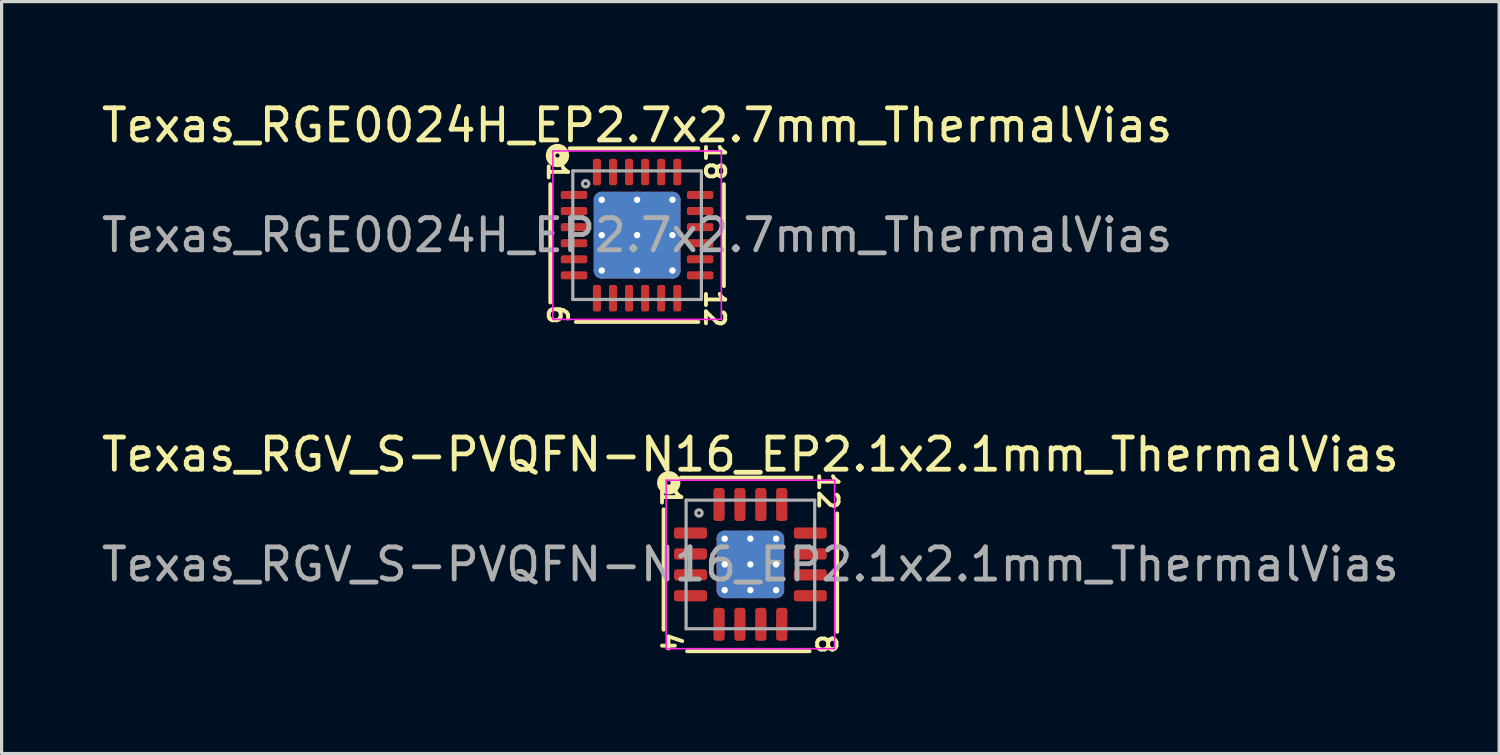
<source format=kicad_pcb>
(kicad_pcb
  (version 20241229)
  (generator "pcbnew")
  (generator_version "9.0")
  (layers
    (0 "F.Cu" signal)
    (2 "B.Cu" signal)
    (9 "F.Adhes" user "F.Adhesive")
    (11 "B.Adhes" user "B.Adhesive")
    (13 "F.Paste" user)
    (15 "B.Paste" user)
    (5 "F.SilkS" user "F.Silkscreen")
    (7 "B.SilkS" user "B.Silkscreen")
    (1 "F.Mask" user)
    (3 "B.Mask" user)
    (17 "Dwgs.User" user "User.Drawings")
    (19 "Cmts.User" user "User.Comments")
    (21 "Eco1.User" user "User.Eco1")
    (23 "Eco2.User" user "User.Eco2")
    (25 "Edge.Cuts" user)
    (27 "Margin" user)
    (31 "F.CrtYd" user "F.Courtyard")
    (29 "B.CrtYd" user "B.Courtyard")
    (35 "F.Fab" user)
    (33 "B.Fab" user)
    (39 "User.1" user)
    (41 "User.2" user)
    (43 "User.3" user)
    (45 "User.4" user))
  (footprint "Texas_RGE0024H_EP2.7x2.7mm_ThermalVias"
    (layer "F.Cu")
    (at 16.768 4.265)
    (property "Reference" "Texas_RGE0024H_EP2.7x2.7mm_ThermalVias" (at 0 -3.417 0) (layer "F.SilkS") (effects (font (size 1 1) (thickness 0.15))))
    (attr smd)
    (fp_line (start -2.7 -1.587) (end -2.7 2.095) (stroke (width 0.12) (type solid)) (layer "F.SilkS"))
    (fp_line (start -1.905 2.7) (end 1.905 2.7) (stroke (width 0.12) (type solid)) (layer "F.SilkS"))
    (fp_line (start 1.905 -2.7) (end -2.095 -2.7) (stroke (width 0.12) (type solid)) (layer "F.SilkS"))
    (fp_line (start 2.7 1.587) (end 2.7 -1.587) (stroke (width 0.12) (type solid)) (layer "F.SilkS"))
    (fp_circle (center -2.477 -2.477) (end -2.413 -2.477) (stroke (width 0.3) (type solid)) (fill no) (layer "F.SilkS"))
    (fp_line (start -2.62 -2.62) (end -2.62 2.62) (stroke (width 0.05) (type solid)) (layer "F.CrtYd"))
    (fp_line (start -2.62 2.62) (end 2.62 2.62) (stroke (width 0.05) (type solid)) (layer "F.CrtYd"))
    (fp_line (start 2.62 -2.62) (end -2.62 -2.62) (stroke (width 0.05) (type solid)) (layer "F.CrtYd"))
    (fp_line (start 2.62 2.62) (end 2.62 -2.62) (stroke (width 0.05) (type solid)) (layer "F.CrtYd"))
    (fp_line (start -2 -2) (end 2 -2) (stroke (width 0.1) (type solid)) (layer "F.Fab"))
    (fp_line (start -2 2) (end -2 -2) (stroke (width 0.1) (type solid)) (layer "F.Fab"))
    (fp_line (start 2 -2) (end 2 2) (stroke (width 0.1) (type solid)) (layer "F.Fab"))
    (fp_line (start 2 2) (end -2 2) (stroke (width 0.1) (type solid)) (layer "F.Fab"))
    (fp_circle (center -1.6 -1.6) (end -1.5 -1.6) (stroke (width 0.1) (type solid)) (fill no) (layer "F.Fab"))
    (fp_text user "6" (at -2.477 2.477 270) (unlocked yes) (layer "F.SilkS") (effects (font (size 0.6 0.6) (thickness 0.12))))
    (fp_text user "18" (at 2.413 -2.286 270) (unlocked yes) (layer "F.SilkS") (effects (font (size 0.6 0.6) (thickness 0.12))))
    (fp_text user "12" (at 2.413 2.286 270) (unlocked yes) (layer "F.SilkS") (effects (font (size 0.6 0.6) (thickness 0.12))))
    (fp_text user "1" (at -2.477 -1.968 270) (unlocked yes) (layer "F.SilkS") (effects (font (size 0.6 0.6) (thickness 0.12))))
    (fp_text user "${REFERENCE}" (at 0 0 0) (layer "F.Fab") (effects (font (size 1 1) (thickness 0.15))))
    (pad "" smd roundrect (at -0.675 -0.675) (size 1.17 1.17) (layers "F.Paste") (roundrect_rratio 0.214))
    (pad "" smd roundrect (at -0.675 0.675) (size 1.17 1.17) (layers "F.Paste") (roundrect_rratio 0.214))
    (pad "" smd roundrect (at 0.675 -0.675) (size 1.17 1.17) (layers "F.Paste") (roundrect_rratio 0.214))
    (pad "" smd roundrect (at 0.675 0.675) (size 1.17 1.17) (layers "F.Paste") (roundrect_rratio 0.214))
    (pad "1" smd roundrect (at -1.962 -1.25) (size 0.825 0.25) (layers "F.Cu" "F.Mask" "F.Paste") (roundrect_rratio 0.25))
    (pad "2" smd roundrect (at -1.962 -0.75) (size 0.825 0.25) (layers "F.Cu" "F.Mask" "F.Paste") (roundrect_rratio 0.25))
    (pad "3" smd roundrect (at -1.962 -0.25) (size 0.825 0.25) (layers "F.Cu" "F.Mask" "F.Paste") (roundrect_rratio 0.25))
    (pad "4" smd roundrect (at -1.962 0.25) (size 0.825 0.25) (layers "F.Cu" "F.Mask" "F.Paste") (roundrect_rratio 0.25))
    (pad "5" smd roundrect (at -1.962 0.75) (size 0.825 0.25) (layers "F.Cu" "F.Mask" "F.Paste") (roundrect_rratio 0.25))
    (pad "6" smd roundrect (at -1.962 1.25) (size 0.825 0.25) (layers "F.Cu" "F.Mask" "F.Paste") (roundrect_rratio 0.25))
    (pad "7" smd roundrect (at -1.25 1.962) (size 0.25 0.825) (layers "F.Cu" "F.Mask" "F.Paste") (roundrect_rratio 0.25))
    (pad "8" smd roundrect (at -0.75 1.962) (size 0.25 0.825) (layers "F.Cu" "F.Mask" "F.Paste") (roundrect_rratio 0.25))
    (pad "9" smd roundrect (at -0.25 1.962) (size 0.25 0.825) (layers "F.Cu" "F.Mask" "F.Paste") (roundrect_rratio 0.25))
    (pad "10" smd roundrect (at 0.25 1.962) (size 0.25 0.825) (layers "F.Cu" "F.Mask" "F.Paste") (roundrect_rratio 0.25))
    (pad "11" smd roundrect (at 0.75 1.962) (size 0.25 0.825) (layers "F.Cu" "F.Mask" "F.Paste") (roundrect_rratio 0.25))
    (pad "12" smd roundrect (at 1.25 1.962) (size 0.25 0.825) (layers "F.Cu" "F.Mask" "F.Paste") (roundrect_rratio 0.25))
    (pad "13" smd roundrect (at 1.962 1.25) (size 0.825 0.25) (layers "F.Cu" "F.Mask" "F.Paste") (roundrect_rratio 0.25))
    (pad "14" smd roundrect (at 1.962 0.75) (size 0.825 0.25) (layers "F.Cu" "F.Mask" "F.Paste") (roundrect_rratio 0.25))
    (pad "15" smd roundrect (at 1.962 0.25) (size 0.825 0.25) (layers "F.Cu" "F.Mask" "F.Paste") (roundrect_rratio 0.25))
    (pad "16" smd roundrect (at 1.962 -0.25) (size 0.825 0.25) (layers "F.Cu" "F.Mask" "F.Paste") (roundrect_rratio 0.25))
    (pad "17" smd roundrect (at 1.962 -0.75) (size 0.825 0.25) (layers "F.Cu" "F.Mask" "F.Paste") (roundrect_rratio 0.25))
    (pad "18" smd roundrect (at 1.962 -1.25) (size 0.825 0.25) (layers "F.Cu" "F.Mask" "F.Paste") (roundrect_rratio 0.25))
    (pad "19" smd roundrect (at 1.25 -1.962) (size 0.25 0.825) (layers "F.Cu" "F.Mask" "F.Paste") (roundrect_rratio 0.25))
    (pad "20" smd roundrect (at 0.75 -1.962) (size 0.25 0.825) (layers "F.Cu" "F.Mask" "F.Paste") (roundrect_rratio 0.25))
    (pad "21" smd roundrect (at 0.25 -1.962) (size 0.25 0.825) (layers "F.Cu" "F.Mask" "F.Paste") (roundrect_rratio 0.25))
    (pad "22" smd roundrect (at -0.25 -1.962) (size 0.25 0.825) (layers "F.Cu" "F.Mask" "F.Paste") (roundrect_rratio 0.25))
    (pad "23" smd roundrect (at -0.75 -1.962) (size 0.25 0.825) (layers "F.Cu" "F.Mask" "F.Paste") (roundrect_rratio 0.25))
    (pad "24" smd roundrect (at -1.25 -1.962) (size 0.25 0.825) (layers "F.Cu" "F.Mask" "F.Paste") (roundrect_rratio 0.25))
    (pad "25" thru_hole circle (at -1.1 -1.1) (size 0.5 0.5) (drill 0.2) (property pad_prop_heatsink) (layers "*.Cu"))
    (pad "25" thru_hole circle (at -1.1 0) (size 0.5 0.5) (drill 0.2) (property pad_prop_heatsink) (layers "*.Cu"))
    (pad "25" thru_hole circle (at -1.1 1.1) (size 0.5 0.5) (drill 0.2) (property pad_prop_heatsink) (layers "*.Cu"))
    (pad "25" thru_hole circle (at 0 -1.1) (size 0.5 0.5) (drill 0.2) (property pad_prop_heatsink) (layers "*.Cu"))
    (pad "25" thru_hole circle (at 0 0) (size 0.5 0.5) (drill 0.2) (property pad_prop_heatsink) (layers "*.Cu"))
    (pad "25" smd roundrect (at 0 0) (size 2.7 2.7) (layers "F.Cu" "F.Mask") (roundrect_rratio 0.093))
    (pad "25" smd roundrect (at 0 0) (size 2.7 2.7) (layers "B.Cu" "B.Mask") (roundrect_rratio 0.093))
    (pad "25" thru_hole circle (at 0 1.1) (size 0.5 0.5) (drill 0.2) (property pad_prop_heatsink) (layers "*.Cu"))
    (pad "25" thru_hole circle (at 1.1 -1.1) (size 0.5 0.5) (drill 0.2) (property pad_prop_heatsink) (layers "*.Cu"))
    (pad "25" thru_hole circle (at 1.1 0) (size 0.5 0.5) (drill 0.2) (property pad_prop_heatsink) (layers "*.Cu"))
    (pad "25" thru_hole circle (at 1.1 1.1) (size 0.5 0.5) (drill 0.2) (property pad_prop_heatsink) (layers "*.Cu")))
  (footprint "Texas_RGV_S-PVQFN-N16_EP2.1x2.1mm_ThermalVias"
    (layer "F.Cu")
    (at 20.292 14.507)
    (property "Reference" "Texas_RGV_S-PVQFN-N16_EP2.1x2.1mm_ThermalVias" (at 0 -3.417 0) (layer "F.SilkS") (effects (font (size 1 1) (thickness 0.15))))
    (attr smd)
    (fp_line (start -2.7 -1.714) (end -2.7 1.968) (stroke (width 0.12) (type solid)) (layer "F.SilkS"))
    (fp_line (start -2.7 1.968) (end -2.7 2.032) (stroke (width 0.12) (type solid)) (layer "F.SilkS"))
    (fp_line (start -1.968 2.7) (end 1.841 2.7) (stroke (width 0.12) (type solid)) (layer "F.SilkS"))
    (fp_line (start 1.905 -2.7) (end -2.159 -2.7) (stroke (width 0.12) (type solid)) (layer "F.SilkS"))
    (fp_line (start 2.7 2.095) (end 2.7 -1.587) (stroke (width 0.12) (type solid)) (layer "F.SilkS"))
    (fp_circle (center -2.54 -2.54) (end -2.477 -2.54) (stroke (width 0.3) (type solid)) (fill no) (layer "F.SilkS"))
    (fp_line (start -2.62 -2.62) (end -2.62 2.62) (stroke (width 0.05) (type solid)) (layer "F.CrtYd"))
    (fp_line (start -2.62 2.62) (end 2.62 2.62) (stroke (width 0.05) (type solid)) (layer "F.CrtYd"))
    (fp_line (start 2.62 -2.62) (end -2.62 -2.62) (stroke (width 0.05) (type solid)) (layer "F.CrtYd"))
    (fp_line (start 2.62 2.62) (end 2.62 -2.62) (stroke (width 0.05) (type solid)) (layer "F.CrtYd"))
    (fp_line (start -2 -2) (end 2 -2) (stroke (width 0.1) (type solid)) (layer "F.Fab"))
    (fp_line (start -2 2) (end -2 -2) (stroke (width 0.1) (type solid)) (layer "F.Fab"))
    (fp_line (start 2 -2) (end 2 2) (stroke (width 0.1) (type solid)) (layer "F.Fab"))
    (fp_line (start 2 2) (end -2 2) (stroke (width 0.1) (type solid)) (layer "F.Fab"))
    (fp_circle (center -1.6 -1.6) (end -1.5 -1.6) (stroke (width 0.1) (type solid)) (fill no) (layer "F.Fab"))
    (fp_text user "8" (at 2.349 2.477 270) (unlocked yes) (layer "F.SilkS") (effects (font (size 0.6 0.6) (thickness 0.12))))
    (fp_text user "12" (at 2.413 -2.286 270) (unlocked yes) (layer "F.SilkS") (effects (font (size 0.6 0.6) (thickness 0.12))))
    (fp_text user "4" (at -2.477 2.413 270) (unlocked yes) (layer "F.SilkS") (effects (font (size 0.6 0.6) (thickness 0.12))))
    (fp_text user "1" (at -2.477 -2.095 270) (unlocked yes) (layer "F.SilkS") (effects (font (size 0.6 0.6) (thickness 0.12))))
    (fp_text user "${REFERENCE}" (at 0 0 0) (layer "F.Fab") (effects (font (size 1 1) (thickness 0.15))))
    (pad "" smd roundrect (at -0.525 -0.525) (size 0.91 0.91) (layers "F.Paste") (roundrect_rratio 0.25))
    (pad "" smd roundrect (at -0.525 0.525) (size 0.91 0.91) (layers "F.Paste") (roundrect_rratio 0.25))
    (pad "" smd roundrect (at 0.525 -0.525) (size 0.91 0.91) (layers "F.Paste") (roundrect_rratio 0.25))
    (pad "" smd roundrect (at 0.525 0.525) (size 0.91 0.91) (layers "F.Paste") (roundrect_rratio 0.25))
    (pad "1" smd roundrect (at -1.863 -0.975) (size 1.025 0.35) (layers "F.Cu" "F.Mask" "F.Paste") (roundrect_rratio 0.25))
    (pad "2" smd roundrect (at -1.863 -0.325) (size 1.025 0.35) (layers "F.Cu" "F.Mask" "F.Paste") (roundrect_rratio 0.25))
    (pad "3" smd roundrect (at -1.863 0.325) (size 1.025 0.35) (layers "F.Cu" "F.Mask" "F.Paste") (roundrect_rratio 0.25))
    (pad "4" smd roundrect (at -1.863 0.975) (size 1.025 0.35) (layers "F.Cu" "F.Mask" "F.Paste") (roundrect_rratio 0.25))
    (pad "5" smd roundrect (at -0.975 1.863) (size 0.35 1.025) (layers "F.Cu" "F.Mask" "F.Paste") (roundrect_rratio 0.25))
    (pad "6" smd roundrect (at -0.325 1.863) (size 0.35 1.025) (layers "F.Cu" "F.Mask" "F.Paste") (roundrect_rratio 0.25))
    (pad "7" smd roundrect (at 0.325 1.863) (size 0.35 1.025) (layers "F.Cu" "F.Mask" "F.Paste") (roundrect_rratio 0.25))
    (pad "8" smd roundrect (at 0.975 1.863) (size 0.35 1.025) (layers "F.Cu" "F.Mask" "F.Paste") (roundrect_rratio 0.25))
    (pad "9" smd roundrect (at 1.863 0.975) (size 1.025 0.35) (layers "F.Cu" "F.Mask" "F.Paste") (roundrect_rratio 0.25))
    (pad "10" smd roundrect (at 1.863 0.325) (size 1.025 0.35) (layers "F.Cu" "F.Mask" "F.Paste") (roundrect_rratio 0.25))
    (pad "11" smd roundrect (at 1.863 -0.325) (size 1.025 0.35) (layers "F.Cu" "F.Mask" "F.Paste") (roundrect_rratio 0.25))
    (pad "12" smd roundrect (at 1.863 -0.975) (size 1.025 0.35) (layers "F.Cu" "F.Mask" "F.Paste") (roundrect_rratio 0.25))
    (pad "13" smd roundrect (at 0.975 -1.863) (size 0.35 1.025) (layers "F.Cu" "F.Mask" "F.Paste") (roundrect_rratio 0.25))
    (pad "14" smd roundrect (at 0.325 -1.863) (size 0.35 1.025) (layers "F.Cu" "F.Mask" "F.Paste") (roundrect_rratio 0.25))
    (pad "15" smd roundrect (at -0.325 -1.863) (size 0.35 1.025) (layers "F.Cu" "F.Mask" "F.Paste") (roundrect_rratio 0.25))
    (pad "16" smd roundrect (at -0.975 -1.863) (size 0.35 1.025) (layers "F.Cu" "F.Mask" "F.Paste") (roundrect_rratio 0.25))
    (pad "17" thru_hole circle (at -0.8 -0.8) (size 0.5 0.5) (drill 0.2) (property pad_prop_heatsink) (layers "*.Cu"))
    (pad "17" thru_hole circle (at -0.8 0) (size 0.5 0.5) (drill 0.2) (property pad_prop_heatsink) (layers "*.Cu"))
    (pad "17" thru_hole circle (at -0.8 0.8) (size 0.5 0.5) (drill 0.2) (property pad_prop_heatsink) (layers "*.Cu"))
    (pad "17" thru_hole circle (at 0 -0.8) (size 0.5 0.5) (drill 0.2) (property pad_prop_heatsink) (layers "*.Cu"))
    (pad "17" thru_hole circle (at 0 0) (size 0.5 0.5) (drill 0.2) (property pad_prop_heatsink) (layers "*.Cu"))
    (pad "17" smd roundrect (at 0 0) (size 2.1 2.1) (layers "F.Cu" "F.Mask") (roundrect_rratio 0.119))
    (pad "17" smd roundrect (at 0 0) (size 2.1 2.1) (layers "B.Cu" "B.Mask") (roundrect_rratio 0.119))
    (pad "17" thru_hole circle (at 0 0.8) (size 0.5 0.5) (drill 0.2) (property pad_prop_heatsink) (layers "*.Cu"))
    (pad "17" thru_hole circle (at 0.8 -0.8) (size 0.5 0.5) (drill 0.2) (property pad_prop_heatsink) (layers "*.Cu"))
    (pad "17" thru_hole circle (at 0.8 0) (size 0.5 0.5) (drill 0.2) (property pad_prop_heatsink) (layers "*.Cu"))
    (pad "17" thru_hole circle (at 0.8 0.8) (size 0.5 0.5) (drill 0.2) (property pad_prop_heatsink) (layers "*.Cu")))
  (gr_rect
    (start -3 -3)
    (end 43.583 20.389)
    (stroke (width 0.1) (type default))
    (fill no)
    (layer "Edge.Cuts")))
</source>
